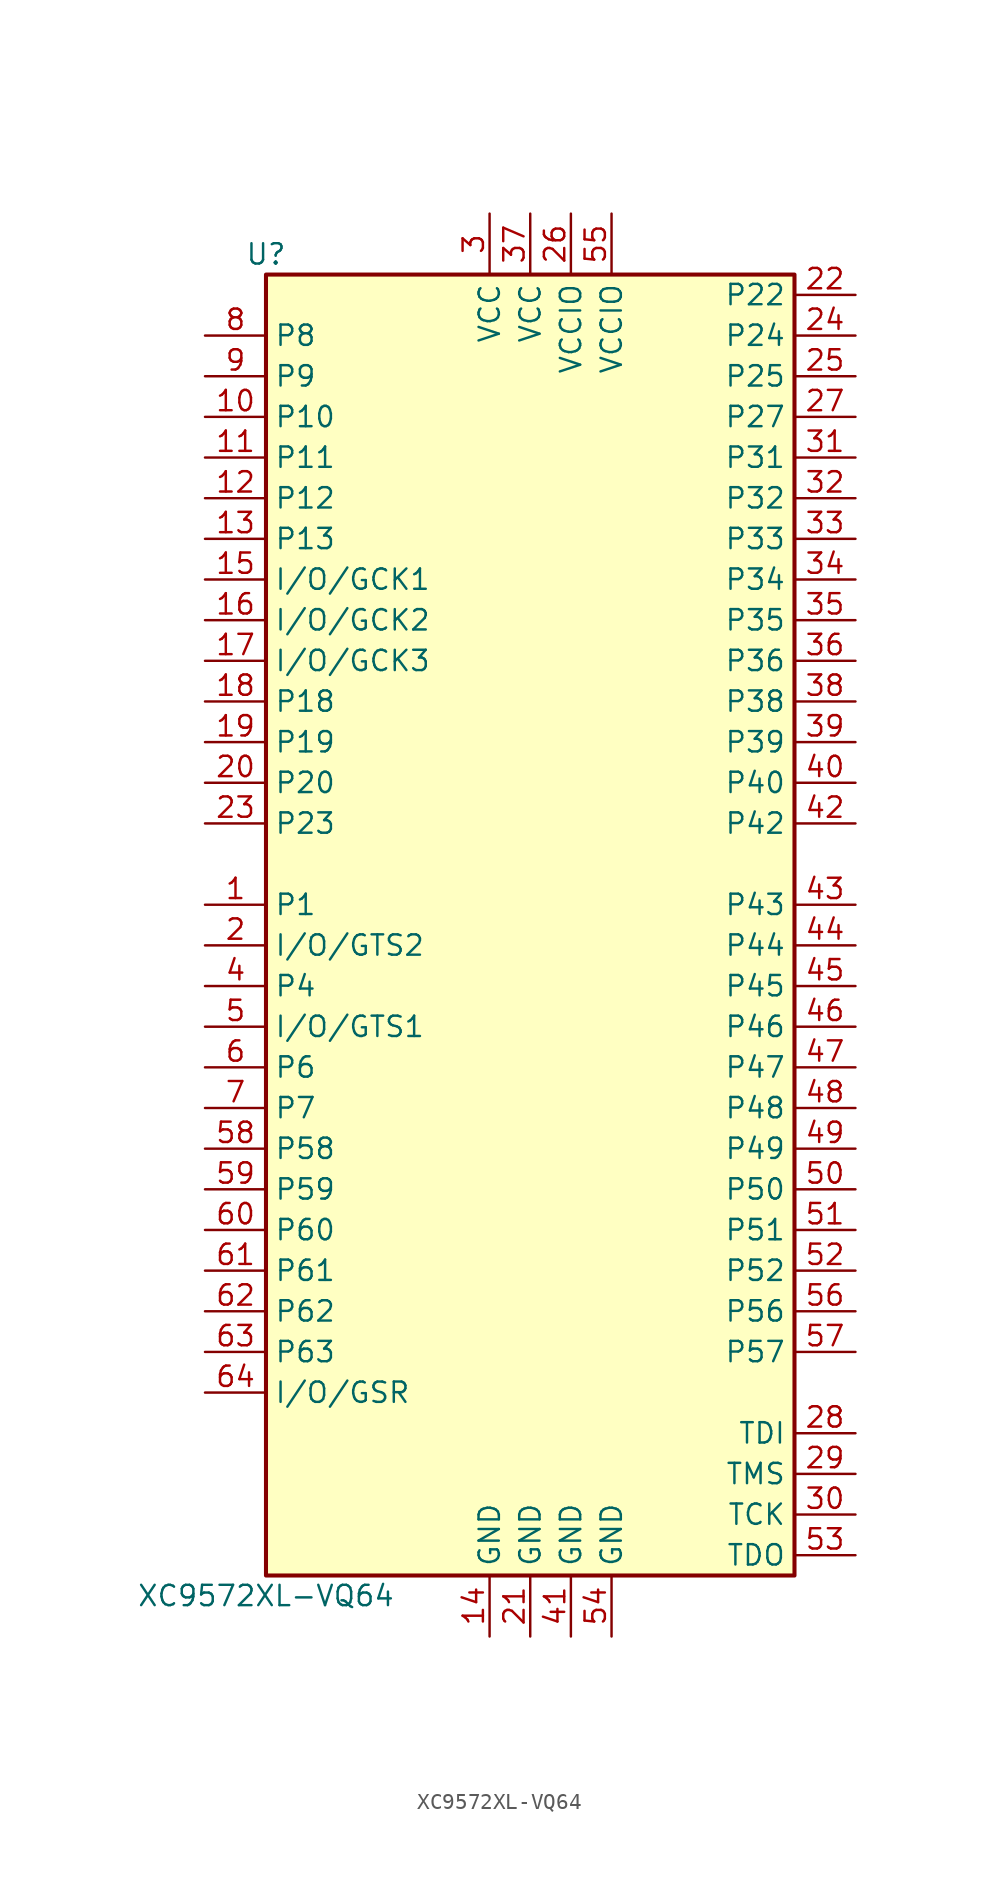
<source format=kicad_sym>
(kicad_symbol_lib
  (version 20231120)
  (generator "kicad_symbol_editor")
  (generator_version "8.0")
  (symbol "XC9572XL-VQ64"
    (property "Reference" "U"
      (at -16.51 40.64 0)
      (effects (font (size 1.27 1.27))))
    (property "Value" "XC9572XL-VQ64"
      (at -16.51 -43.18 0)
      (effects (font (size 1.27 1.27))))
    (symbol "XC9572XL-VQ64_1_1"
      (rectangle (start -16.51 39.37) (end 16.51 -41.91) (stroke (width 0.254) (type default)) (fill (type background)))
      (pin bidirectional line (at -20.32 0 0) (length 3.81) (name "P1" (effects (font (size 1.27 1.27)))) (number "1" (effects (font (size 1.27 1.27)))))
      (pin bidirectional line (at -20.32 30.48 0) (length 3.81) (name "P10" (effects (font (size 1.27 1.27)))) (number "10" (effects (font (size 1.27 1.27)))))
      (pin bidirectional line (at -20.32 27.94 0) (length 3.81) (name "P11" (effects (font (size 1.27 1.27)))) (number "11" (effects (font (size 1.27 1.27)))))
      (pin bidirectional line (at -20.32 25.4 0) (length 3.81) (name "P12" (effects (font (size 1.27 1.27)))) (number "12" (effects (font (size 1.27 1.27)))))
      (pin bidirectional line (at -20.32 22.86 0) (length 3.81) (name "P13" (effects (font (size 1.27 1.27)))) (number "13" (effects (font (size 1.27 1.27)))))
      (pin power_in line (at -2.54 -45.72 90) (length 3.81) (name "GND" (effects (font (size 1.27 1.27)))) (number "14" (effects (font (size 1.27 1.27)))))
      (pin bidirectional line (at -20.32 20.32 0) (length 3.81) (name "I/O/GCK1" (effects (font (size 1.27 1.27)))) (number "15" (effects (font (size 1.27 1.27)))))
      (pin bidirectional line (at -20.32 17.78 0) (length 3.81) (name "I/O/GCK2" (effects (font (size 1.27 1.27)))) (number "16" (effects (font (size 1.27 1.27)))))
      (pin bidirectional line (at -20.32 15.24 0) (length 3.81) (name "I/O/GCK3" (effects (font (size 1.27 1.27)))) (number "17" (effects (font (size 1.27 1.27)))))
      (pin bidirectional line (at -20.32 12.7 0) (length 3.81) (name "P18" (effects (font (size 1.27 1.27)))) (number "18" (effects (font (size 1.27 1.27)))))
      (pin bidirectional line (at -20.32 10.16 0) (length 3.81) (name "P19" (effects (font (size 1.27 1.27)))) (number "19" (effects (font (size 1.27 1.27)))))
      (pin bidirectional line (at -20.32 -2.54 0) (length 3.81) (name "I/O/GTS2" (effects (font (size 1.27 1.27)))) (number "2" (effects (font (size 1.27 1.27)))))
      (pin bidirectional line (at -20.32 7.62 0) (length 3.81) (name "P20" (effects (font (size 1.27 1.27)))) (number "20" (effects (font (size 1.27 1.27)))))
      (pin power_in line (at 0 -45.72 90) (length 3.81) (name "GND" (effects (font (size 1.27 1.27)))) (number "21" (effects (font (size 1.27 1.27)))))
      (pin bidirectional line (at 20.32 38.1 180) (length 3.81) (name "P22" (effects (font (size 1.27 1.27)))) (number "22" (effects (font (size 1.27 1.27)))))
      (pin bidirectional line (at -20.32 5.08 0) (length 3.81) (name "P23" (effects (font (size 1.27 1.27)))) (number "23" (effects (font (size 1.27 1.27)))))
      (pin bidirectional line (at 20.32 35.56 180) (length 3.81) (name "P24" (effects (font (size 1.27 1.27)))) (number "24" (effects (font (size 1.27 1.27)))))
      (pin bidirectional line (at 20.32 33.02 180) (length 3.81) (name "P25" (effects (font (size 1.27 1.27)))) (number "25" (effects (font (size 1.27 1.27)))))
      (pin power_in line (at 2.54 43.18 270) (length 3.81) (name "VCCIO" (effects (font (size 1.27 1.27)))) (number "26" (effects (font (size 1.27 1.27)))))
      (pin bidirectional line (at 20.32 30.48 180) (length 3.81) (name "P27" (effects (font (size 1.27 1.27)))) (number "27" (effects (font (size 1.27 1.27)))))
      (pin input line (at 20.32 -33.02 180) (length 3.81) (name "TDI" (effects (font (size 1.27 1.27)))) (number "28" (effects (font (size 1.27 1.27)))))
      (pin input line (at 20.32 -35.56 180) (length 3.81) (name "TMS" (effects (font (size 1.27 1.27)))) (number "29" (effects (font (size 1.27 1.27)))))
      (pin power_in line (at -2.54 43.18 270) (length 3.81) (name "VCC" (effects (font (size 1.27 1.27)))) (number "3" (effects (font (size 1.27 1.27)))))
      (pin input line (at 20.32 -38.1 180) (length 3.81) (name "TCK" (effects (font (size 1.27 1.27)))) (number "30" (effects (font (size 1.27 1.27)))))
      (pin bidirectional line (at 20.32 27.94 180) (length 3.81) (name "P31" (effects (font (size 1.27 1.27)))) (number "31" (effects (font (size 1.27 1.27)))))
      (pin bidirectional line (at 20.32 25.4 180) (length 3.81) (name "P32" (effects (font (size 1.27 1.27)))) (number "32" (effects (font (size 1.27 1.27)))))
      (pin bidirectional line (at 20.32 22.86 180) (length 3.81) (name "P33" (effects (font (size 1.27 1.27)))) (number "33" (effects (font (size 1.27 1.27)))))
      (pin bidirectional line (at 20.32 20.32 180) (length 3.81) (name "P34" (effects (font (size 1.27 1.27)))) (number "34" (effects (font (size 1.27 1.27)))))
      (pin bidirectional line (at 20.32 17.78 180) (length 3.81) (name "P35" (effects (font (size 1.27 1.27)))) (number "35" (effects (font (size 1.27 1.27)))))
      (pin bidirectional line (at 20.32 15.24 180) (length 3.81) (name "P36" (effects (font (size 1.27 1.27)))) (number "36" (effects (font (size 1.27 1.27)))))
      (pin power_in line (at 0 43.18 270) (length 3.81) (name "VCC" (effects (font (size 1.27 1.27)))) (number "37" (effects (font (size 1.27 1.27)))))
      (pin bidirectional line (at 20.32 12.7 180) (length 3.81) (name "P38" (effects (font (size 1.27 1.27)))) (number "38" (effects (font (size 1.27 1.27)))))
      (pin bidirectional line (at 20.32 10.16 180) (length 3.81) (name "P39" (effects (font (size 1.27 1.27)))) (number "39" (effects (font (size 1.27 1.27)))))
      (pin bidirectional line (at -20.32 -5.08 0) (length 3.81) (name "P4" (effects (font (size 1.27 1.27)))) (number "4" (effects (font (size 1.27 1.27)))))
      (pin bidirectional line (at 20.32 7.62 180) (length 3.81) (name "P40" (effects (font (size 1.27 1.27)))) (number "40" (effects (font (size 1.27 1.27)))))
      (pin power_in line (at 2.54 -45.72 90) (length 3.81) (name "GND" (effects (font (size 1.27 1.27)))) (number "41" (effects (font (size 1.27 1.27)))))
      (pin bidirectional line (at 20.32 5.08 180) (length 3.81) (name "P42" (effects (font (size 1.27 1.27)))) (number "42" (effects (font (size 1.27 1.27)))))
      (pin bidirectional line (at 20.32 0 180) (length 3.81) (name "P43" (effects (font (size 1.27 1.27)))) (number "43" (effects (font (size 1.27 1.27)))))
      (pin bidirectional line (at 20.32 -2.54 180) (length 3.81) (name "P44" (effects (font (size 1.27 1.27)))) (number "44" (effects (font (size 1.27 1.27)))))
      (pin bidirectional line (at 20.32 -5.08 180) (length 3.81) (name "P45" (effects (font (size 1.27 1.27)))) (number "45" (effects (font (size 1.27 1.27)))))
      (pin bidirectional line (at 20.32 -7.62 180) (length 3.81) (name "P46" (effects (font (size 1.27 1.27)))) (number "46" (effects (font (size 1.27 1.27)))))
      (pin bidirectional line (at 20.32 -10.16 180) (length 3.81) (name "P47" (effects (font (size 1.27 1.27)))) (number "47" (effects (font (size 1.27 1.27)))))
      (pin bidirectional line (at 20.32 -12.7 180) (length 3.81) (name "P48" (effects (font (size 1.27 1.27)))) (number "48" (effects (font (size 1.27 1.27)))))
      (pin bidirectional line (at 20.32 -15.24 180) (length 3.81) (name "P49" (effects (font (size 1.27 1.27)))) (number "49" (effects (font (size 1.27 1.27)))))
      (pin bidirectional line (at -20.32 -7.62 0) (length 3.81) (name "I/O/GTS1" (effects (font (size 1.27 1.27)))) (number "5" (effects (font (size 1.27 1.27)))))
      (pin bidirectional line (at 20.32 -17.78 180) (length 3.81) (name "P50" (effects (font (size 1.27 1.27)))) (number "50" (effects (font (size 1.27 1.27)))))
      (pin bidirectional line (at 20.32 -20.32 180) (length 3.81) (name "P51" (effects (font (size 1.27 1.27)))) (number "51" (effects (font (size 1.27 1.27)))))
      (pin bidirectional line (at 20.32 -22.86 180) (length 3.81) (name "P52" (effects (font (size 1.27 1.27)))) (number "52" (effects (font (size 1.27 1.27)))))
      (pin output line (at 20.32 -40.64 180) (length 3.81) (name "TDO" (effects (font (size 1.27 1.27)))) (number "53" (effects (font (size 1.27 1.27)))))
      (pin power_in line (at 5.08 -45.72 90) (length 3.81) (name "GND" (effects (font (size 1.27 1.27)))) (number "54" (effects (font (size 1.27 1.27)))))
      (pin power_in line (at 5.08 43.18 270) (length 3.81) (name "VCCIO" (effects (font (size 1.27 1.27)))) (number "55" (effects (font (size 1.27 1.27)))))
      (pin bidirectional line (at 20.32 -25.4 180) (length 3.81) (name "P56" (effects (font (size 1.27 1.27)))) (number "56" (effects (font (size 1.27 1.27)))))
      (pin bidirectional line (at 20.32 -27.94 180) (length 3.81) (name "P57" (effects (font (size 1.27 1.27)))) (number "57" (effects (font (size 1.27 1.27)))))
      (pin bidirectional line (at -20.32 -15.24 0) (length 3.81) (name "P58" (effects (font (size 1.27 1.27)))) (number "58" (effects (font (size 1.27 1.27)))))
      (pin bidirectional line (at -20.32 -17.78 0) (length 3.81) (name "P59" (effects (font (size 1.27 1.27)))) (number "59" (effects (font (size 1.27 1.27)))))
      (pin bidirectional line (at -20.32 -10.16 0) (length 3.81) (name "P6" (effects (font (size 1.27 1.27)))) (number "6" (effects (font (size 1.27 1.27)))))
      (pin bidirectional line (at -20.32 -20.32 0) (length 3.81) (name "P60" (effects (font (size 1.27 1.27)))) (number "60" (effects (font (size 1.27 1.27)))))
      (pin bidirectional line (at -20.32 -22.86 0) (length 3.81) (name "P61" (effects (font (size 1.27 1.27)))) (number "61" (effects (font (size 1.27 1.27)))))
      (pin bidirectional line (at -20.32 -25.4 0) (length 3.81) (name "P62" (effects (font (size 1.27 1.27)))) (number "62" (effects (font (size 1.27 1.27)))))
      (pin bidirectional line (at -20.32 -27.94 0) (length 3.81) (name "P63" (effects (font (size 1.27 1.27)))) (number "63" (effects (font (size 1.27 1.27)))))
      (pin bidirectional line (at -20.32 -30.48 0) (length 3.81) (name "I/O/GSR" (effects (font (size 1.27 1.27)))) (number "64" (effects (font (size 1.27 1.27)))))
      (pin bidirectional line (at -20.32 -12.7 0) (length 3.81) (name "P7" (effects (font (size 1.27 1.27)))) (number "7" (effects (font (size 1.27 1.27)))))
      (pin bidirectional line (at -20.32 35.56 0) (length 3.81) (name "P8" (effects (font (size 1.27 1.27)))) (number "8" (effects (font (size 1.27 1.27)))))
      (pin bidirectional line (at -20.32 33.02 0) (length 3.81) (name "P9" (effects (font (size 1.27 1.27)))) (number "9" (effects (font (size 1.27 1.27))))))))
</source>
